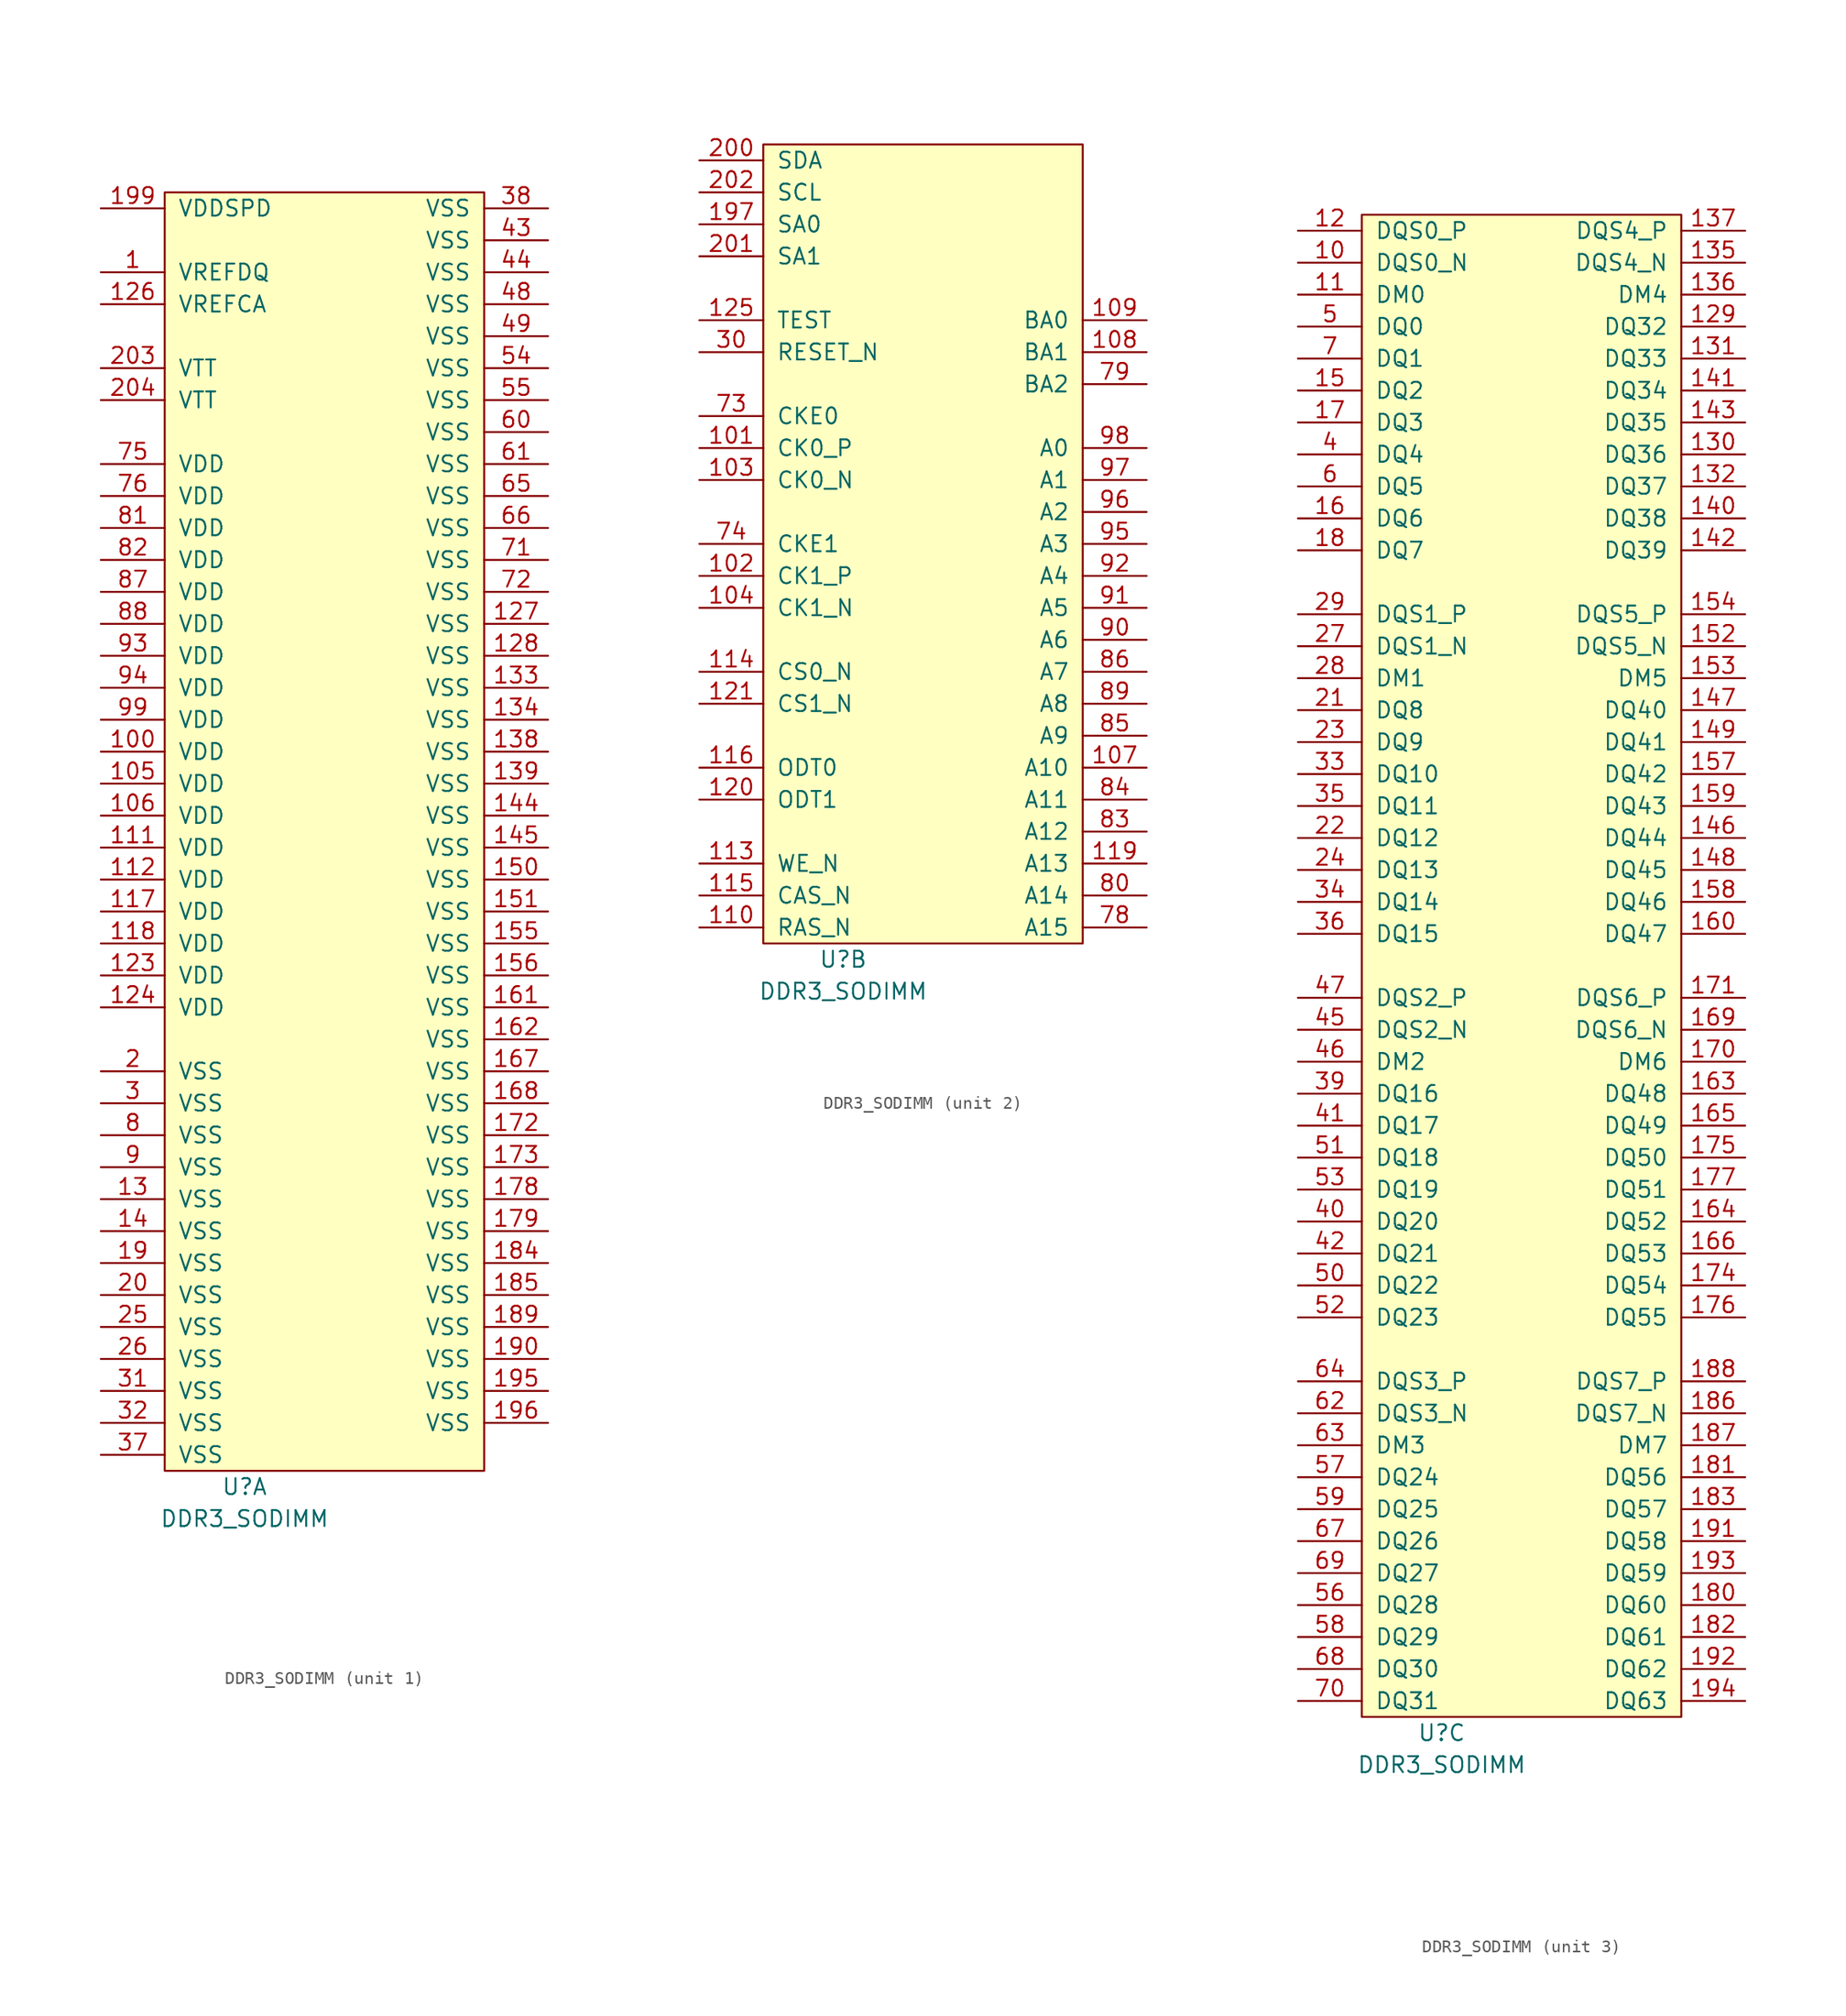
<source format=kicad_sym>
(kicad_symbol_lib
  (version 20211014)
  (generator kicad_symbol_editor)
  (symbol "DDR3_SODIMM"
    (pin_names
      (offset 1.016))
    (property "Reference" "U"
      (at 6.35 -1.27 0)
      (effects (font (size 1.27 1.27))))
    (property "Value" "DDR3_SODIMM"
      (at 6.35 -3.81 0)
      (effects (font (size 1.27 1.27))))
    (property "ki_locked" ""
      (at 0 0 0)
      (effects (font (size 1.27 1.27))))
    (symbol "DDR3_SODIMM_1_1"
      (rectangle (start 0 101.6) (end 25.4 0) (stroke (width 0) (type default) (color 0 0 0 0)) (fill (type background)))
      (pin power_in line (at -5.08 95.25 0) (length 5.08) (name "VREFDQ" (effects (font (size 1.27 1.27)))) (number "1" (effects (font (size 1.27 1.27)))))
      (pin power_in line (at -5.08 57.15 0) (length 5.08) (name "VDD" (effects (font (size 1.27 1.27)))) (number "100" (effects (font (size 1.27 1.27)))))
      (pin power_in line (at -5.08 54.61 0) (length 5.08) (name "VDD" (effects (font (size 1.27 1.27)))) (number "105" (effects (font (size 1.27 1.27)))))
      (pin power_in line (at -5.08 52.07 0) (length 5.08) (name "VDD" (effects (font (size 1.27 1.27)))) (number "106" (effects (font (size 1.27 1.27)))))
      (pin power_in line (at -5.08 49.53 0) (length 5.08) (name "VDD" (effects (font (size 1.27 1.27)))) (number "111" (effects (font (size 1.27 1.27)))))
      (pin power_in line (at -5.08 46.99 0) (length 5.08) (name "VDD" (effects (font (size 1.27 1.27)))) (number "112" (effects (font (size 1.27 1.27)))))
      (pin power_in line (at -5.08 44.45 0) (length 5.08) (name "VDD" (effects (font (size 1.27 1.27)))) (number "117" (effects (font (size 1.27 1.27)))))
      (pin power_in line (at -5.08 41.91 0) (length 5.08) (name "VDD" (effects (font (size 1.27 1.27)))) (number "118" (effects (font (size 1.27 1.27)))))
      (pin power_in line (at -5.08 39.37 0) (length 5.08) (name "VDD" (effects (font (size 1.27 1.27)))) (number "123" (effects (font (size 1.27 1.27)))))
      (pin power_in line (at -5.08 36.83 0) (length 5.08) (name "VDD" (effects (font (size 1.27 1.27)))) (number "124" (effects (font (size 1.27 1.27)))))
      (pin power_in line (at -5.08 92.71 0) (length 5.08) (name "VREFCA" (effects (font (size 1.27 1.27)))) (number "126" (effects (font (size 1.27 1.27)))))
      (pin power_in line (at 30.48 67.31 180) (length 5.08) (name "VSS" (effects (font (size 1.27 1.27)))) (number "127" (effects (font (size 1.27 1.27)))))
      (pin power_in line (at 30.48 64.77 180) (length 5.08) (name "VSS" (effects (font (size 1.27 1.27)))) (number "128" (effects (font (size 1.27 1.27)))))
      (pin power_in line (at -5.08 21.59 0) (length 5.08) (name "VSS" (effects (font (size 1.27 1.27)))) (number "13" (effects (font (size 1.27 1.27)))))
      (pin power_in line (at 30.48 62.23 180) (length 5.08) (name "VSS" (effects (font (size 1.27 1.27)))) (number "133" (effects (font (size 1.27 1.27)))))
      (pin power_in line (at 30.48 59.69 180) (length 5.08) (name "VSS" (effects (font (size 1.27 1.27)))) (number "134" (effects (font (size 1.27 1.27)))))
      (pin power_in line (at 30.48 57.15 180) (length 5.08) (name "VSS" (effects (font (size 1.27 1.27)))) (number "138" (effects (font (size 1.27 1.27)))))
      (pin power_in line (at 30.48 54.61 180) (length 5.08) (name "VSS" (effects (font (size 1.27 1.27)))) (number "139" (effects (font (size 1.27 1.27)))))
      (pin power_in line (at -5.08 19.05 0) (length 5.08) (name "VSS" (effects (font (size 1.27 1.27)))) (number "14" (effects (font (size 1.27 1.27)))))
      (pin power_in line (at 30.48 52.07 180) (length 5.08) (name "VSS" (effects (font (size 1.27 1.27)))) (number "144" (effects (font (size 1.27 1.27)))))
      (pin power_in line (at 30.48 49.53 180) (length 5.08) (name "VSS" (effects (font (size 1.27 1.27)))) (number "145" (effects (font (size 1.27 1.27)))))
      (pin power_in line (at 30.48 46.99 180) (length 5.08) (name "VSS" (effects (font (size 1.27 1.27)))) (number "150" (effects (font (size 1.27 1.27)))))
      (pin power_in line (at 30.48 44.45 180) (length 5.08) (name "VSS" (effects (font (size 1.27 1.27)))) (number "151" (effects (font (size 1.27 1.27)))))
      (pin power_in line (at 30.48 41.91 180) (length 5.08) (name "VSS" (effects (font (size 1.27 1.27)))) (number "155" (effects (font (size 1.27 1.27)))))
      (pin power_in line (at 30.48 39.37 180) (length 5.08) (name "VSS" (effects (font (size 1.27 1.27)))) (number "156" (effects (font (size 1.27 1.27)))))
      (pin power_in line (at 30.48 36.83 180) (length 5.08) (name "VSS" (effects (font (size 1.27 1.27)))) (number "161" (effects (font (size 1.27 1.27)))))
      (pin power_in line (at 30.48 34.29 180) (length 5.08) (name "VSS" (effects (font (size 1.27 1.27)))) (number "162" (effects (font (size 1.27 1.27)))))
      (pin power_in line (at 30.48 31.75 180) (length 5.08) (name "VSS" (effects (font (size 1.27 1.27)))) (number "167" (effects (font (size 1.27 1.27)))))
      (pin power_in line (at 30.48 29.21 180) (length 5.08) (name "VSS" (effects (font (size 1.27 1.27)))) (number "168" (effects (font (size 1.27 1.27)))))
      (pin power_in line (at 30.48 26.67 180) (length 5.08) (name "VSS" (effects (font (size 1.27 1.27)))) (number "172" (effects (font (size 1.27 1.27)))))
      (pin power_in line (at 30.48 24.13 180) (length 5.08) (name "VSS" (effects (font (size 1.27 1.27)))) (number "173" (effects (font (size 1.27 1.27)))))
      (pin power_in line (at 30.48 21.59 180) (length 5.08) (name "VSS" (effects (font (size 1.27 1.27)))) (number "178" (effects (font (size 1.27 1.27)))))
      (pin power_in line (at 30.48 19.05 180) (length 5.08) (name "VSS" (effects (font (size 1.27 1.27)))) (number "179" (effects (font (size 1.27 1.27)))))
      (pin power_in line (at 30.48 16.51 180) (length 5.08) (name "VSS" (effects (font (size 1.27 1.27)))) (number "184" (effects (font (size 1.27 1.27)))))
      (pin power_in line (at 30.48 13.97 180) (length 5.08) (name "VSS" (effects (font (size 1.27 1.27)))) (number "185" (effects (font (size 1.27 1.27)))))
      (pin power_in line (at 30.48 11.43 180) (length 5.08) (name "VSS" (effects (font (size 1.27 1.27)))) (number "189" (effects (font (size 1.27 1.27)))))
      (pin power_in line (at -5.08 16.51 0) (length 5.08) (name "VSS" (effects (font (size 1.27 1.27)))) (number "19" (effects (font (size 1.27 1.27)))))
      (pin power_in line (at 30.48 8.89 180) (length 5.08) (name "VSS" (effects (font (size 1.27 1.27)))) (number "190" (effects (font (size 1.27 1.27)))))
      (pin power_in line (at 30.48 6.35 180) (length 5.08) (name "VSS" (effects (font (size 1.27 1.27)))) (number "195" (effects (font (size 1.27 1.27)))))
      (pin power_in line (at 30.48 3.81 180) (length 5.08) (name "VSS" (effects (font (size 1.27 1.27)))) (number "196" (effects (font (size 1.27 1.27)))))
      (pin power_in line (at -5.08 100.33 0) (length 5.08) (name "VDDSPD" (effects (font (size 1.27 1.27)))) (number "199" (effects (font (size 1.27 1.27)))))
      (pin power_in line (at -5.08 31.75 0) (length 5.08) (name "VSS" (effects (font (size 1.27 1.27)))) (number "2" (effects (font (size 1.27 1.27)))))
      (pin power_in line (at -5.08 13.97 0) (length 5.08) (name "VSS" (effects (font (size 1.27 1.27)))) (number "20" (effects (font (size 1.27 1.27)))))
      (pin power_in line (at -5.08 87.63 0) (length 5.08) (name "VTT" (effects (font (size 1.27 1.27)))) (number "203" (effects (font (size 1.27 1.27)))))
      (pin power_in line (at -5.08 85.09 0) (length 5.08) (name "VTT" (effects (font (size 1.27 1.27)))) (number "204" (effects (font (size 1.27 1.27)))))
      (pin power_in line (at -5.08 11.43 0) (length 5.08) (name "VSS" (effects (font (size 1.27 1.27)))) (number "25" (effects (font (size 1.27 1.27)))))
      (pin power_in line (at -5.08 8.89 0) (length 5.08) (name "VSS" (effects (font (size 1.27 1.27)))) (number "26" (effects (font (size 1.27 1.27)))))
      (pin power_in line (at -5.08 29.21 0) (length 5.08) (name "VSS" (effects (font (size 1.27 1.27)))) (number "3" (effects (font (size 1.27 1.27)))))
      (pin power_in line (at -5.08 6.35 0) (length 5.08) (name "VSS" (effects (font (size 1.27 1.27)))) (number "31" (effects (font (size 1.27 1.27)))))
      (pin power_in line (at -5.08 3.81 0) (length 5.08) (name "VSS" (effects (font (size 1.27 1.27)))) (number "32" (effects (font (size 1.27 1.27)))))
      (pin power_in line (at -5.08 1.27 0) (length 5.08) (name "VSS" (effects (font (size 1.27 1.27)))) (number "37" (effects (font (size 1.27 1.27)))))
      (pin power_in line (at 30.48 100.33 180) (length 5.08) (name "VSS" (effects (font (size 1.27 1.27)))) (number "38" (effects (font (size 1.27 1.27)))))
      (pin power_in line (at 30.48 97.79 180) (length 5.08) (name "VSS" (effects (font (size 1.27 1.27)))) (number "43" (effects (font (size 1.27 1.27)))))
      (pin power_in line (at 30.48 95.25 180) (length 5.08) (name "VSS" (effects (font (size 1.27 1.27)))) (number "44" (effects (font (size 1.27 1.27)))))
      (pin power_in line (at 30.48 92.71 180) (length 5.08) (name "VSS" (effects (font (size 1.27 1.27)))) (number "48" (effects (font (size 1.27 1.27)))))
      (pin power_in line (at 30.48 90.17 180) (length 5.08) (name "VSS" (effects (font (size 1.27 1.27)))) (number "49" (effects (font (size 1.27 1.27)))))
      (pin power_in line (at 30.48 87.63 180) (length 5.08) (name "VSS" (effects (font (size 1.27 1.27)))) (number "54" (effects (font (size 1.27 1.27)))))
      (pin power_in line (at 30.48 85.09 180) (length 5.08) (name "VSS" (effects (font (size 1.27 1.27)))) (number "55" (effects (font (size 1.27 1.27)))))
      (pin power_in line (at 30.48 82.55 180) (length 5.08) (name "VSS" (effects (font (size 1.27 1.27)))) (number "60" (effects (font (size 1.27 1.27)))))
      (pin power_in line (at 30.48 80.01 180) (length 5.08) (name "VSS" (effects (font (size 1.27 1.27)))) (number "61" (effects (font (size 1.27 1.27)))))
      (pin power_in line (at 30.48 77.47 180) (length 5.08) (name "VSS" (effects (font (size 1.27 1.27)))) (number "65" (effects (font (size 1.27 1.27)))))
      (pin power_in line (at 30.48 74.93 180) (length 5.08) (name "VSS" (effects (font (size 1.27 1.27)))) (number "66" (effects (font (size 1.27 1.27)))))
      (pin power_in line (at 30.48 72.39 180) (length 5.08) (name "VSS" (effects (font (size 1.27 1.27)))) (number "71" (effects (font (size 1.27 1.27)))))
      (pin power_in line (at 30.48 69.85 180) (length 5.08) (name "VSS" (effects (font (size 1.27 1.27)))) (number "72" (effects (font (size 1.27 1.27)))))
      (pin power_in line (at -5.08 80.01 0) (length 5.08) (name "VDD" (effects (font (size 1.27 1.27)))) (number "75" (effects (font (size 1.27 1.27)))))
      (pin power_in line (at -5.08 77.47 0) (length 5.08) (name "VDD" (effects (font (size 1.27 1.27)))) (number "76" (effects (font (size 1.27 1.27)))))
      (pin power_in line (at -5.08 26.67 0) (length 5.08) (name "VSS" (effects (font (size 1.27 1.27)))) (number "8" (effects (font (size 1.27 1.27)))))
      (pin power_in line (at -5.08 74.93 0) (length 5.08) (name "VDD" (effects (font (size 1.27 1.27)))) (number "81" (effects (font (size 1.27 1.27)))))
      (pin power_in line (at -5.08 72.39 0) (length 5.08) (name "VDD" (effects (font (size 1.27 1.27)))) (number "82" (effects (font (size 1.27 1.27)))))
      (pin power_in line (at -5.08 69.85 0) (length 5.08) (name "VDD" (effects (font (size 1.27 1.27)))) (number "87" (effects (font (size 1.27 1.27)))))
      (pin power_in line (at -5.08 67.31 0) (length 5.08) (name "VDD" (effects (font (size 1.27 1.27)))) (number "88" (effects (font (size 1.27 1.27)))))
      (pin power_in line (at -5.08 24.13 0) (length 5.08) (name "VSS" (effects (font (size 1.27 1.27)))) (number "9" (effects (font (size 1.27 1.27)))))
      (pin power_in line (at -5.08 64.77 0) (length 5.08) (name "VDD" (effects (font (size 1.27 1.27)))) (number "93" (effects (font (size 1.27 1.27)))))
      (pin power_in line (at -5.08 62.23 0) (length 5.08) (name "VDD" (effects (font (size 1.27 1.27)))) (number "94" (effects (font (size 1.27 1.27)))))
      (pin power_in line (at -5.08 59.69 0) (length 5.08) (name "VDD" (effects (font (size 1.27 1.27)))) (number "99" (effects (font (size 1.27 1.27))))))
    (symbol "DDR3_SODIMM_2_1"
      (rectangle (start 0 63.5) (end 25.4 0) (stroke (width 0) (type default) (color 0 0 0 0)) (fill (type background)))
      (pin input line (at -5.08 39.37 0) (length 5.08) (name "CK0_P" (effects (font (size 1.27 1.27)))) (number "101" (effects (font (size 1.27 1.27)))))
      (pin input line (at -5.08 29.21 0) (length 5.08) (name "CK1_P" (effects (font (size 1.27 1.27)))) (number "102" (effects (font (size 1.27 1.27)))))
      (pin input line (at -5.08 36.83 0) (length 5.08) (name "CK0_N" (effects (font (size 1.27 1.27)))) (number "103" (effects (font (size 1.27 1.27)))))
      (pin input line (at -5.08 26.67 0) (length 5.08) (name "CK1_N" (effects (font (size 1.27 1.27)))) (number "104" (effects (font (size 1.27 1.27)))))
      (pin input line (at 30.48 13.97 180) (length 5.08) (name "A10" (effects (font (size 1.27 1.27)))) (number "107" (effects (font (size 1.27 1.27)))))
      (pin input line (at 30.48 46.99 180) (length 5.08) (name "BA1" (effects (font (size 1.27 1.27)))) (number "108" (effects (font (size 1.27 1.27)))))
      (pin input line (at 30.48 49.53 180) (length 5.08) (name "BA0" (effects (font (size 1.27 1.27)))) (number "109" (effects (font (size 1.27 1.27)))))
      (pin input line (at -5.08 1.27 0) (length 5.08) (name "RAS_N" (effects (font (size 1.27 1.27)))) (number "110" (effects (font (size 1.27 1.27)))))
      (pin input line (at -5.08 6.35 0) (length 5.08) (name "WE_N" (effects (font (size 1.27 1.27)))) (number "113" (effects (font (size 1.27 1.27)))))
      (pin input line (at -5.08 21.59 0) (length 5.08) (name "CS0_N" (effects (font (size 1.27 1.27)))) (number "114" (effects (font (size 1.27 1.27)))))
      (pin input line (at -5.08 3.81 0) (length 5.08) (name "CAS_N" (effects (font (size 1.27 1.27)))) (number "115" (effects (font (size 1.27 1.27)))))
      (pin input line (at -5.08 13.97 0) (length 5.08) (name "ODT0" (effects (font (size 1.27 1.27)))) (number "116" (effects (font (size 1.27 1.27)))))
      (pin input line (at 30.48 6.35 180) (length 5.08) (name "A13" (effects (font (size 1.27 1.27)))) (number "119" (effects (font (size 1.27 1.27)))))
      (pin input line (at -5.08 11.43 0) (length 5.08) (name "ODT1" (effects (font (size 1.27 1.27)))) (number "120" (effects (font (size 1.27 1.27)))))
      (pin input line (at -5.08 19.05 0) (length 5.08) (name "CS1_N" (effects (font (size 1.27 1.27)))) (number "121" (effects (font (size 1.27 1.27)))))
      (pin input line (at -5.08 49.53 0) (length 5.08) (name "TEST" (effects (font (size 1.27 1.27)))) (number "125" (effects (font (size 1.27 1.27)))))
      (pin input line (at -5.08 57.15 0) (length 5.08) (name "SA0" (effects (font (size 1.27 1.27)))) (number "197" (effects (font (size 1.27 1.27)))))
      (pin bidirectional line (at -5.08 62.23 0) (length 5.08) (name "SDA" (effects (font (size 1.27 1.27)))) (number "200" (effects (font (size 1.27 1.27)))))
      (pin input line (at -5.08 54.61 0) (length 5.08) (name "SA1" (effects (font (size 1.27 1.27)))) (number "201" (effects (font (size 1.27 1.27)))))
      (pin input line (at -5.08 59.69 0) (length 5.08) (name "SCL" (effects (font (size 1.27 1.27)))) (number "202" (effects (font (size 1.27 1.27)))))
      (pin input line (at -5.08 46.99 0) (length 5.08) (name "RESET_N" (effects (font (size 1.27 1.27)))) (number "30" (effects (font (size 1.27 1.27)))))
      (pin input line (at -5.08 41.91 0) (length 5.08) (name "CKE0" (effects (font (size 1.27 1.27)))) (number "73" (effects (font (size 1.27 1.27)))))
      (pin input line (at -5.08 31.75 0) (length 5.08) (name "CKE1" (effects (font (size 1.27 1.27)))) (number "74" (effects (font (size 1.27 1.27)))))
      (pin input line (at 30.48 1.27 180) (length 5.08) (name "A15" (effects (font (size 1.27 1.27)))) (number "78" (effects (font (size 1.27 1.27)))))
      (pin input line (at 30.48 44.45 180) (length 5.08) (name "BA2" (effects (font (size 1.27 1.27)))) (number "79" (effects (font (size 1.27 1.27)))))
      (pin input line (at 30.48 3.81 180) (length 5.08) (name "A14" (effects (font (size 1.27 1.27)))) (number "80" (effects (font (size 1.27 1.27)))))
      (pin input line (at 30.48 8.89 180) (length 5.08) (name "A12" (effects (font (size 1.27 1.27)))) (number "83" (effects (font (size 1.27 1.27)))))
      (pin input line (at 30.48 11.43 180) (length 5.08) (name "A11" (effects (font (size 1.27 1.27)))) (number "84" (effects (font (size 1.27 1.27)))))
      (pin input line (at 30.48 16.51 180) (length 5.08) (name "A9" (effects (font (size 1.27 1.27)))) (number "85" (effects (font (size 1.27 1.27)))))
      (pin input line (at 30.48 21.59 180) (length 5.08) (name "A7" (effects (font (size 1.27 1.27)))) (number "86" (effects (font (size 1.27 1.27)))))
      (pin input line (at 30.48 19.05 180) (length 5.08) (name "A8" (effects (font (size 1.27 1.27)))) (number "89" (effects (font (size 1.27 1.27)))))
      (pin input line (at 30.48 24.13 180) (length 5.08) (name "A6" (effects (font (size 1.27 1.27)))) (number "90" (effects (font (size 1.27 1.27)))))
      (pin input line (at 30.48 26.67 180) (length 5.08) (name "A5" (effects (font (size 1.27 1.27)))) (number "91" (effects (font (size 1.27 1.27)))))
      (pin input line (at 30.48 29.21 180) (length 5.08) (name "A4" (effects (font (size 1.27 1.27)))) (number "92" (effects (font (size 1.27 1.27)))))
      (pin input line (at 30.48 31.75 180) (length 5.08) (name "A3" (effects (font (size 1.27 1.27)))) (number "95" (effects (font (size 1.27 1.27)))))
      (pin input line (at 30.48 34.29 180) (length 5.08) (name "A2" (effects (font (size 1.27 1.27)))) (number "96" (effects (font (size 1.27 1.27)))))
      (pin input line (at 30.48 36.83 180) (length 5.08) (name "A1" (effects (font (size 1.27 1.27)))) (number "97" (effects (font (size 1.27 1.27)))))
      (pin input line (at 30.48 39.37 180) (length 5.08) (name "A0" (effects (font (size 1.27 1.27)))) (number "98" (effects (font (size 1.27 1.27))))))
    (symbol "DDR3_SODIMM_3_1"
      (rectangle (start 0 119.38) (end 25.4 0) (stroke (width 0) (type default) (color 0 0 0 0)) (fill (type background)))
      (pin bidirectional line (at -5.08 115.57 0) (length 5.08) (name "DQS0_N" (effects (font (size 1.27 1.27)))) (number "10" (effects (font (size 1.27 1.27)))))
      (pin input line (at -5.08 113.03 0) (length 5.08) (name "DM0" (effects (font (size 1.27 1.27)))) (number "11" (effects (font (size 1.27 1.27)))))
      (pin bidirectional line (at -5.08 118.11 0) (length 5.08) (name "DQS0_P" (effects (font (size 1.27 1.27)))) (number "12" (effects (font (size 1.27 1.27)))))
      (pin bidirectional line (at 30.48 110.49 180) (length 5.08) (name "DQ32" (effects (font (size 1.27 1.27)))) (number "129" (effects (font (size 1.27 1.27)))))
      (pin bidirectional line (at 30.48 100.33 180) (length 5.08) (name "DQ36" (effects (font (size 1.27 1.27)))) (number "130" (effects (font (size 1.27 1.27)))))
      (pin bidirectional line (at 30.48 107.95 180) (length 5.08) (name "DQ33" (effects (font (size 1.27 1.27)))) (number "131" (effects (font (size 1.27 1.27)))))
      (pin bidirectional line (at 30.48 97.79 180) (length 5.08) (name "DQ37" (effects (font (size 1.27 1.27)))) (number "132" (effects (font (size 1.27 1.27)))))
      (pin bidirectional line (at 30.48 115.57 180) (length 5.08) (name "DQS4_N" (effects (font (size 1.27 1.27)))) (number "135" (effects (font (size 1.27 1.27)))))
      (pin input line (at 30.48 113.03 180) (length 5.08) (name "DM4" (effects (font (size 1.27 1.27)))) (number "136" (effects (font (size 1.27 1.27)))))
      (pin bidirectional line (at 30.48 118.11 180) (length 5.08) (name "DQS4_P" (effects (font (size 1.27 1.27)))) (number "137" (effects (font (size 1.27 1.27)))))
      (pin bidirectional line (at 30.48 95.25 180) (length 5.08) (name "DQ38" (effects (font (size 1.27 1.27)))) (number "140" (effects (font (size 1.27 1.27)))))
      (pin bidirectional line (at 30.48 105.41 180) (length 5.08) (name "DQ34" (effects (font (size 1.27 1.27)))) (number "141" (effects (font (size 1.27 1.27)))))
      (pin bidirectional line (at 30.48 92.71 180) (length 5.08) (name "DQ39" (effects (font (size 1.27 1.27)))) (number "142" (effects (font (size 1.27 1.27)))))
      (pin bidirectional line (at 30.48 102.87 180) (length 5.08) (name "DQ35" (effects (font (size 1.27 1.27)))) (number "143" (effects (font (size 1.27 1.27)))))
      (pin bidirectional line (at 30.48 69.85 180) (length 5.08) (name "DQ44" (effects (font (size 1.27 1.27)))) (number "146" (effects (font (size 1.27 1.27)))))
      (pin bidirectional line (at 30.48 80.01 180) (length 5.08) (name "DQ40" (effects (font (size 1.27 1.27)))) (number "147" (effects (font (size 1.27 1.27)))))
      (pin bidirectional line (at 30.48 67.31 180) (length 5.08) (name "DQ45" (effects (font (size 1.27 1.27)))) (number "148" (effects (font (size 1.27 1.27)))))
      (pin bidirectional line (at 30.48 77.47 180) (length 5.08) (name "DQ41" (effects (font (size 1.27 1.27)))) (number "149" (effects (font (size 1.27 1.27)))))
      (pin bidirectional line (at -5.08 105.41 0) (length 5.08) (name "DQ2" (effects (font (size 1.27 1.27)))) (number "15" (effects (font (size 1.27 1.27)))))
      (pin bidirectional line (at 30.48 85.09 180) (length 5.08) (name "DQS5_N" (effects (font (size 1.27 1.27)))) (number "152" (effects (font (size 1.27 1.27)))))
      (pin input line (at 30.48 82.55 180) (length 5.08) (name "DM5" (effects (font (size 1.27 1.27)))) (number "153" (effects (font (size 1.27 1.27)))))
      (pin bidirectional line (at 30.48 87.63 180) (length 5.08) (name "DQS5_P" (effects (font (size 1.27 1.27)))) (number "154" (effects (font (size 1.27 1.27)))))
      (pin bidirectional line (at 30.48 74.93 180) (length 5.08) (name "DQ42" (effects (font (size 1.27 1.27)))) (number "157" (effects (font (size 1.27 1.27)))))
      (pin bidirectional line (at 30.48 64.77 180) (length 5.08) (name "DQ46" (effects (font (size 1.27 1.27)))) (number "158" (effects (font (size 1.27 1.27)))))
      (pin bidirectional line (at 30.48 72.39 180) (length 5.08) (name "DQ43" (effects (font (size 1.27 1.27)))) (number "159" (effects (font (size 1.27 1.27)))))
      (pin bidirectional line (at -5.08 95.25 0) (length 5.08) (name "DQ6" (effects (font (size 1.27 1.27)))) (number "16" (effects (font (size 1.27 1.27)))))
      (pin bidirectional line (at 30.48 62.23 180) (length 5.08) (name "DQ47" (effects (font (size 1.27 1.27)))) (number "160" (effects (font (size 1.27 1.27)))))
      (pin bidirectional line (at 30.48 49.53 180) (length 5.08) (name "DQ48" (effects (font (size 1.27 1.27)))) (number "163" (effects (font (size 1.27 1.27)))))
      (pin bidirectional line (at 30.48 39.37 180) (length 5.08) (name "DQ52" (effects (font (size 1.27 1.27)))) (number "164" (effects (font (size 1.27 1.27)))))
      (pin bidirectional line (at 30.48 46.99 180) (length 5.08) (name "DQ49" (effects (font (size 1.27 1.27)))) (number "165" (effects (font (size 1.27 1.27)))))
      (pin bidirectional line (at 30.48 36.83 180) (length 5.08) (name "DQ53" (effects (font (size 1.27 1.27)))) (number "166" (effects (font (size 1.27 1.27)))))
      (pin bidirectional line (at 30.48 54.61 180) (length 5.08) (name "DQS6_N" (effects (font (size 1.27 1.27)))) (number "169" (effects (font (size 1.27 1.27)))))
      (pin bidirectional line (at -5.08 102.87 0) (length 5.08) (name "DQ3" (effects (font (size 1.27 1.27)))) (number "17" (effects (font (size 1.27 1.27)))))
      (pin input line (at 30.48 52.07 180) (length 5.08) (name "DM6" (effects (font (size 1.27 1.27)))) (number "170" (effects (font (size 1.27 1.27)))))
      (pin bidirectional line (at 30.48 57.15 180) (length 5.08) (name "DQS6_P" (effects (font (size 1.27 1.27)))) (number "171" (effects (font (size 1.27 1.27)))))
      (pin bidirectional line (at 30.48 34.29 180) (length 5.08) (name "DQ54" (effects (font (size 1.27 1.27)))) (number "174" (effects (font (size 1.27 1.27)))))
      (pin bidirectional line (at 30.48 44.45 180) (length 5.08) (name "DQ50" (effects (font (size 1.27 1.27)))) (number "175" (effects (font (size 1.27 1.27)))))
      (pin bidirectional line (at 30.48 31.75 180) (length 5.08) (name "DQ55" (effects (font (size 1.27 1.27)))) (number "176" (effects (font (size 1.27 1.27)))))
      (pin bidirectional line (at 30.48 41.91 180) (length 5.08) (name "DQ51" (effects (font (size 1.27 1.27)))) (number "177" (effects (font (size 1.27 1.27)))))
      (pin bidirectional line (at -5.08 92.71 0) (length 5.08) (name "DQ7" (effects (font (size 1.27 1.27)))) (number "18" (effects (font (size 1.27 1.27)))))
      (pin bidirectional line (at 30.48 8.89 180) (length 5.08) (name "DQ60" (effects (font (size 1.27 1.27)))) (number "180" (effects (font (size 1.27 1.27)))))
      (pin bidirectional line (at 30.48 19.05 180) (length 5.08) (name "DQ56" (effects (font (size 1.27 1.27)))) (number "181" (effects (font (size 1.27 1.27)))))
      (pin bidirectional line (at 30.48 6.35 180) (length 5.08) (name "DQ61" (effects (font (size 1.27 1.27)))) (number "182" (effects (font (size 1.27 1.27)))))
      (pin bidirectional line (at 30.48 16.51 180) (length 5.08) (name "DQ57" (effects (font (size 1.27 1.27)))) (number "183" (effects (font (size 1.27 1.27)))))
      (pin bidirectional line (at 30.48 24.13 180) (length 5.08) (name "DQS7_N" (effects (font (size 1.27 1.27)))) (number "186" (effects (font (size 1.27 1.27)))))
      (pin input line (at 30.48 21.59 180) (length 5.08) (name "DM7" (effects (font (size 1.27 1.27)))) (number "187" (effects (font (size 1.27 1.27)))))
      (pin bidirectional line (at 30.48 26.67 180) (length 5.08) (name "DQS7_P" (effects (font (size 1.27 1.27)))) (number "188" (effects (font (size 1.27 1.27)))))
      (pin bidirectional line (at 30.48 13.97 180) (length 5.08) (name "DQ58" (effects (font (size 1.27 1.27)))) (number "191" (effects (font (size 1.27 1.27)))))
      (pin bidirectional line (at 30.48 3.81 180) (length 5.08) (name "DQ62" (effects (font (size 1.27 1.27)))) (number "192" (effects (font (size 1.27 1.27)))))
      (pin bidirectional line (at 30.48 11.43 180) (length 5.08) (name "DQ59" (effects (font (size 1.27 1.27)))) (number "193" (effects (font (size 1.27 1.27)))))
      (pin bidirectional line (at 30.48 1.27 180) (length 5.08) (name "DQ63" (effects (font (size 1.27 1.27)))) (number "194" (effects (font (size 1.27 1.27)))))
      (pin bidirectional line (at -5.08 80.01 0) (length 5.08) (name "DQ8" (effects (font (size 1.27 1.27)))) (number "21" (effects (font (size 1.27 1.27)))))
      (pin bidirectional line (at -5.08 69.85 0) (length 5.08) (name "DQ12" (effects (font (size 1.27 1.27)))) (number "22" (effects (font (size 1.27 1.27)))))
      (pin bidirectional line (at -5.08 77.47 0) (length 5.08) (name "DQ9" (effects (font (size 1.27 1.27)))) (number "23" (effects (font (size 1.27 1.27)))))
      (pin bidirectional line (at -5.08 67.31 0) (length 5.08) (name "DQ13" (effects (font (size 1.27 1.27)))) (number "24" (effects (font (size 1.27 1.27)))))
      (pin bidirectional line (at -5.08 85.09 0) (length 5.08) (name "DQS1_N" (effects (font (size 1.27 1.27)))) (number "27" (effects (font (size 1.27 1.27)))))
      (pin input line (at -5.08 82.55 0) (length 5.08) (name "DM1" (effects (font (size 1.27 1.27)))) (number "28" (effects (font (size 1.27 1.27)))))
      (pin bidirectional line (at -5.08 87.63 0) (length 5.08) (name "DQS1_P" (effects (font (size 1.27 1.27)))) (number "29" (effects (font (size 1.27 1.27)))))
      (pin bidirectional line (at -5.08 74.93 0) (length 5.08) (name "DQ10" (effects (font (size 1.27 1.27)))) (number "33" (effects (font (size 1.27 1.27)))))
      (pin bidirectional line (at -5.08 64.77 0) (length 5.08) (name "DQ14" (effects (font (size 1.27 1.27)))) (number "34" (effects (font (size 1.27 1.27)))))
      (pin bidirectional line (at -5.08 72.39 0) (length 5.08) (name "DQ11" (effects (font (size 1.27 1.27)))) (number "35" (effects (font (size 1.27 1.27)))))
      (pin bidirectional line (at -5.08 62.23 0) (length 5.08) (name "DQ15" (effects (font (size 1.27 1.27)))) (number "36" (effects (font (size 1.27 1.27)))))
      (pin bidirectional line (at -5.08 49.53 0) (length 5.08) (name "DQ16" (effects (font (size 1.27 1.27)))) (number "39" (effects (font (size 1.27 1.27)))))
      (pin bidirectional line (at -5.08 100.33 0) (length 5.08) (name "DQ4" (effects (font (size 1.27 1.27)))) (number "4" (effects (font (size 1.27 1.27)))))
      (pin bidirectional line (at -5.08 39.37 0) (length 5.08) (name "DQ20" (effects (font (size 1.27 1.27)))) (number "40" (effects (font (size 1.27 1.27)))))
      (pin bidirectional line (at -5.08 46.99 0) (length 5.08) (name "DQ17" (effects (font (size 1.27 1.27)))) (number "41" (effects (font (size 1.27 1.27)))))
      (pin bidirectional line (at -5.08 36.83 0) (length 5.08) (name "DQ21" (effects (font (size 1.27 1.27)))) (number "42" (effects (font (size 1.27 1.27)))))
      (pin bidirectional line (at -5.08 54.61 0) (length 5.08) (name "DQS2_N" (effects (font (size 1.27 1.27)))) (number "45" (effects (font (size 1.27 1.27)))))
      (pin input line (at -5.08 52.07 0) (length 5.08) (name "DM2" (effects (font (size 1.27 1.27)))) (number "46" (effects (font (size 1.27 1.27)))))
      (pin bidirectional line (at -5.08 57.15 0) (length 5.08) (name "DQS2_P" (effects (font (size 1.27 1.27)))) (number "47" (effects (font (size 1.27 1.27)))))
      (pin bidirectional line (at -5.08 110.49 0) (length 5.08) (name "DQ0" (effects (font (size 1.27 1.27)))) (number "5" (effects (font (size 1.27 1.27)))))
      (pin bidirectional line (at -5.08 34.29 0) (length 5.08) (name "DQ22" (effects (font (size 1.27 1.27)))) (number "50" (effects (font (size 1.27 1.27)))))
      (pin bidirectional line (at -5.08 44.45 0) (length 5.08) (name "DQ18" (effects (font (size 1.27 1.27)))) (number "51" (effects (font (size 1.27 1.27)))))
      (pin bidirectional line (at -5.08 31.75 0) (length 5.08) (name "DQ23" (effects (font (size 1.27 1.27)))) (number "52" (effects (font (size 1.27 1.27)))))
      (pin bidirectional line (at -5.08 41.91 0) (length 5.08) (name "DQ19" (effects (font (size 1.27 1.27)))) (number "53" (effects (font (size 1.27 1.27)))))
      (pin bidirectional line (at -5.08 8.89 0) (length 5.08) (name "DQ28" (effects (font (size 1.27 1.27)))) (number "56" (effects (font (size 1.27 1.27)))))
      (pin bidirectional line (at -5.08 19.05 0) (length 5.08) (name "DQ24" (effects (font (size 1.27 1.27)))) (number "57" (effects (font (size 1.27 1.27)))))
      (pin bidirectional line (at -5.08 6.35 0) (length 5.08) (name "DQ29" (effects (font (size 1.27 1.27)))) (number "58" (effects (font (size 1.27 1.27)))))
      (pin bidirectional line (at -5.08 16.51 0) (length 5.08) (name "DQ25" (effects (font (size 1.27 1.27)))) (number "59" (effects (font (size 1.27 1.27)))))
      (pin bidirectional line (at -5.08 97.79 0) (length 5.08) (name "DQ5" (effects (font (size 1.27 1.27)))) (number "6" (effects (font (size 1.27 1.27)))))
      (pin bidirectional line (at -5.08 24.13 0) (length 5.08) (name "DQS3_N" (effects (font (size 1.27 1.27)))) (number "62" (effects (font (size 1.27 1.27)))))
      (pin input line (at -5.08 21.59 0) (length 5.08) (name "DM3" (effects (font (size 1.27 1.27)))) (number "63" (effects (font (size 1.27 1.27)))))
      (pin bidirectional line (at -5.08 26.67 0) (length 5.08) (name "DQS3_P" (effects (font (size 1.27 1.27)))) (number "64" (effects (font (size 1.27 1.27)))))
      (pin bidirectional line (at -5.08 13.97 0) (length 5.08) (name "DQ26" (effects (font (size 1.27 1.27)))) (number "67" (effects (font (size 1.27 1.27)))))
      (pin bidirectional line (at -5.08 3.81 0) (length 5.08) (name "DQ30" (effects (font (size 1.27 1.27)))) (number "68" (effects (font (size 1.27 1.27)))))
      (pin bidirectional line (at -5.08 11.43 0) (length 5.08) (name "DQ27" (effects (font (size 1.27 1.27)))) (number "69" (effects (font (size 1.27 1.27)))))
      (pin bidirectional line (at -5.08 107.95 0) (length 5.08) (name "DQ1" (effects (font (size 1.27 1.27)))) (number "7" (effects (font (size 1.27 1.27)))))
      (pin bidirectional line (at -5.08 1.27 0) (length 5.08) (name "DQ31" (effects (font (size 1.27 1.27)))) (number "70" (effects (font (size 1.27 1.27))))))))
</source>
